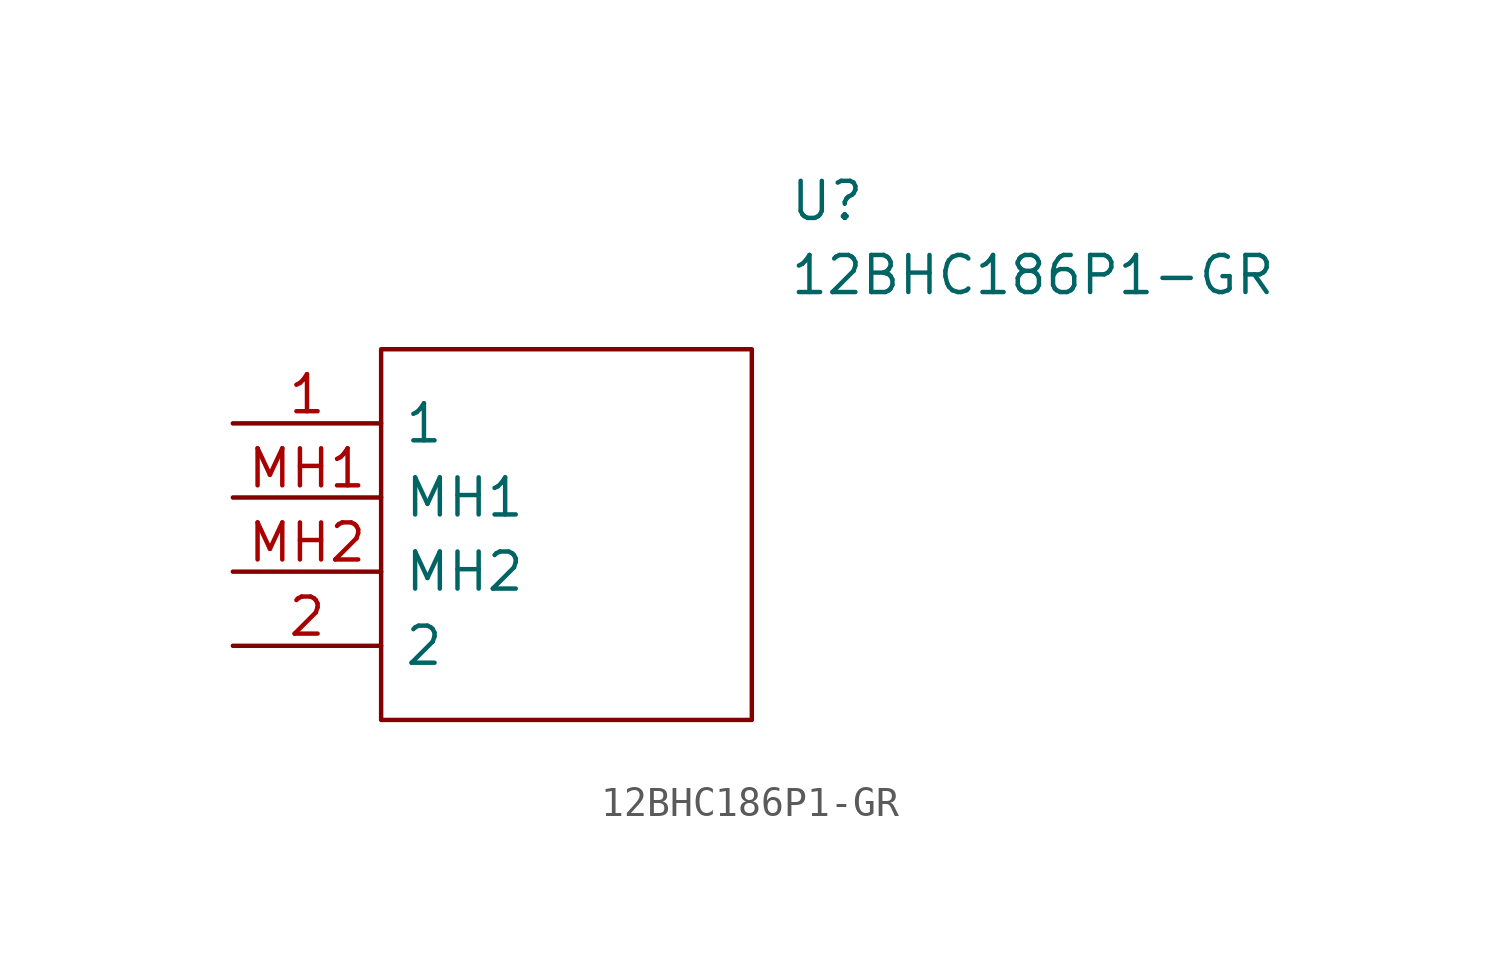
<source format=kicad_sym>
(kicad_symbol_lib
  (version 20231120)
  (generator "kicad_symbol_editor")
  (generator_version "8.0")
  (symbol "12BHC186P1-GR"
    (pin_names
      (offset 0.762))
    (property "Reference" "U"
      (at 19.05 7.62 0)
      (effects (font (size 1.27 1.27)) (justify left)))
    (property "Value" "12BHC186P1-GR"
      (at 19.05 5.08 0)
      (effects (font (size 1.27 1.27)) (justify left)))
    (symbol "12BHC186P1-GR_0_0"
      (pin passive line (at 0 0 0) (length 5.08) (name "1" (effects (font (size 1.27 1.27)))) (number "1" (effects (font (size 1.27 1.27)))))
      (pin passive line (at 0 -7.62 0) (length 5.08) (name "2" (effects (font (size 1.27 1.27)))) (number "2" (effects (font (size 1.27 1.27)))))
      (pin passive line (at 0 -2.54 0) (length 5.08) (name "MH1" (effects (font (size 1.27 1.27)))) (number "MH1" (effects (font (size 1.27 1.27)))))
      (pin passive line (at 0 -5.08 0) (length 5.08) (name "MH2" (effects (font (size 1.27 1.27)))) (number "MH2" (effects (font (size 1.27 1.27))))))
    (symbol "12BHC186P1-GR_0_1"
      (polyline (pts (xy 5.08 2.54) (xy 17.78 2.54) (xy 17.78 -10.16) (xy 5.08 -10.16) (xy 5.08 2.54)) (stroke (width 0.152) (type solid)) (fill (type none))))))
</source>
